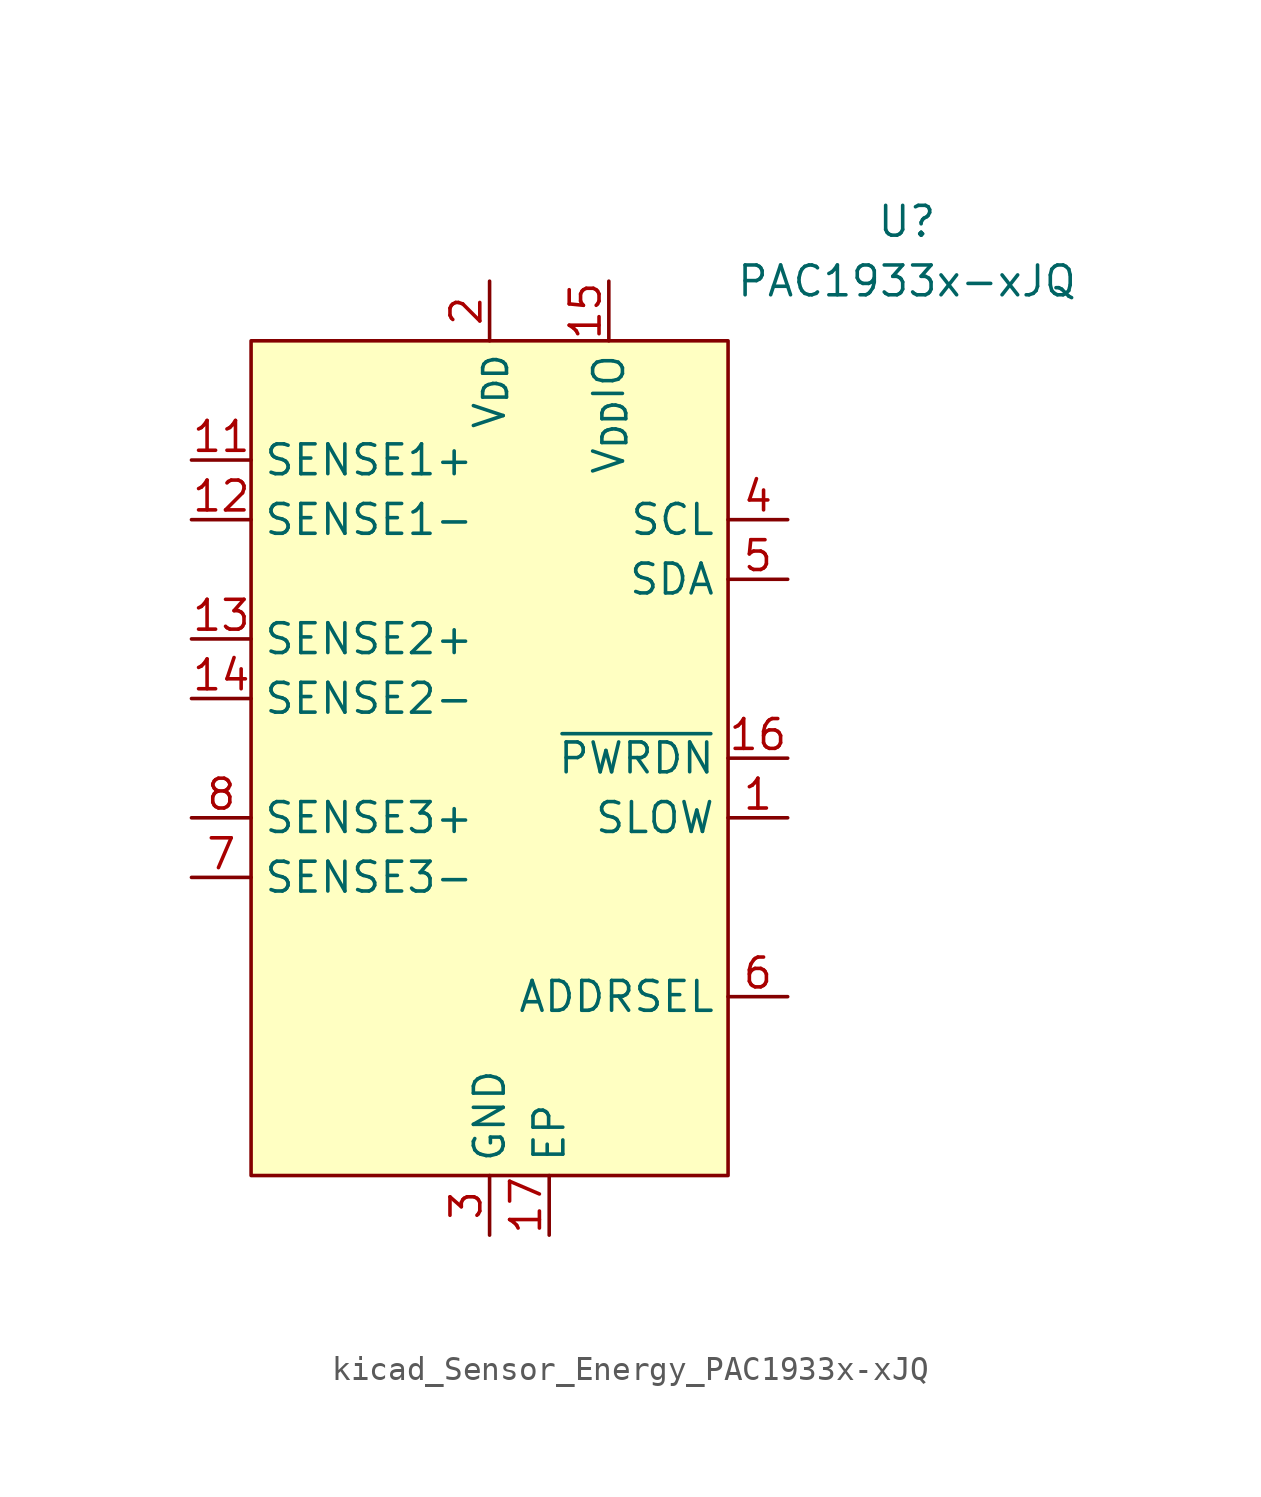
<source format=kicad_sym>
(kicad_symbol_lib
  (version 20220914)
  (generator kicad_symbol_editor)
  (symbol "kicad_Sensor_Energy_PAC1933x-xJQ"
    (property "Reference" "U"
      (at 17.78 22.86 0)
      (effects (font (size 1.27 1.27))))
    (property "Value" "PAC1933x-xJQ"
      (at 17.78 20.32 0)
      (effects (font (size 1.27 1.27))))
    (symbol "kicad_Sensor_Energy_PAC1933x-xJQ_0_0"
      (pin input line (at 12.7 -2.54 180) (length 2.54) (name "SLOW" (effects (font (size 1.27 1.27)))) (number "1" (effects (font (size 1.27 1.27)))) (alternate "~{ALERT1}" open_collector line))
      (pin passive line (at 0 -20.32 90) (length 2.54) hide (name "GND" (effects (font (size 1.27 1.27)))) (number "10" (effects (font (size 1.27 1.27)))))
      (pin input line (at -12.7 12.7 0) (length 2.54) (name "SENSE1+" (effects (font (size 1.27 1.27)))) (number "11" (effects (font (size 1.27 1.27)))))
      (pin input line (at -12.7 10.16 0) (length 2.54) (name "SENSE1-" (effects (font (size 1.27 1.27)))) (number "12" (effects (font (size 1.27 1.27)))))
      (pin input line (at -12.7 5.08 0) (length 2.54) (name "SENSE2+" (effects (font (size 1.27 1.27)))) (number "13" (effects (font (size 1.27 1.27)))))
      (pin input line (at -12.7 2.54 0) (length 2.54) (name "SENSE2-" (effects (font (size 1.27 1.27)))) (number "14" (effects (font (size 1.27 1.27)))))
      (pin input line (at 5.08 20.32 270) (length 2.54) (name "V_{DD}IO" (effects (font (size 1.27 1.27)))) (number "15" (effects (font (size 1.27 1.27)))))
      (pin input line (at 12.7 0 180) (length 2.54) (name "~{PWRDN}" (effects (font (size 1.27 1.27)))) (number "16" (effects (font (size 1.27 1.27)))))
      (pin passive line (at 2.54 -20.32 90) (length 2.54) (name "EP" (effects (font (size 1.27 1.27)))) (number "17" (effects (font (size 1.27 1.27)))))
      (pin power_in line (at 0 20.32 270) (length 2.54) (name "V_{DD}" (effects (font (size 1.27 1.27)))) (number "2" (effects (font (size 1.27 1.27)))))
      (pin power_in line (at 0 -20.32 90) (length 2.54) (name "GND" (effects (font (size 1.27 1.27)))) (number "3" (effects (font (size 1.27 1.27)))))
      (pin input line (at 12.7 10.16 180) (length 2.54) (name "SCL" (effects (font (size 1.27 1.27)))) (number "4" (effects (font (size 1.27 1.27)))) (alternate "SM_CLK" input line))
      (pin bidirectional line (at 12.7 7.62 180) (length 2.54) (name "SDA" (effects (font (size 1.27 1.27)))) (number "5" (effects (font (size 1.27 1.27)))) (alternate "SM_DATA" bidirectional line))
      (pin passive line (at 12.7 -10.16 180) (length 2.54) (name "ADDRSEL" (effects (font (size 1.27 1.27)))) (number "6" (effects (font (size 1.27 1.27)))))
      (pin input line (at -12.7 -5.08 0) (length 2.54) (name "SENSE3-" (effects (font (size 1.27 1.27)))) (number "7" (effects (font (size 1.27 1.27)))))
      (pin input line (at -12.7 -2.54 0) (length 2.54) (name "SENSE3+" (effects (font (size 1.27 1.27)))) (number "8" (effects (font (size 1.27 1.27)))))
      (pin passive line (at 0 -20.32 90) (length 2.54) hide (name "GND" (effects (font (size 1.27 1.27)))) (number "9" (effects (font (size 1.27 1.27))))))
    (symbol "kicad_Sensor_Energy_PAC1933x-xJQ_0_1"
      (rectangle (start -10.16 17.78) (end 10.16 -17.78) (stroke (width 0) (type default)) (fill (type background))))))
</source>
